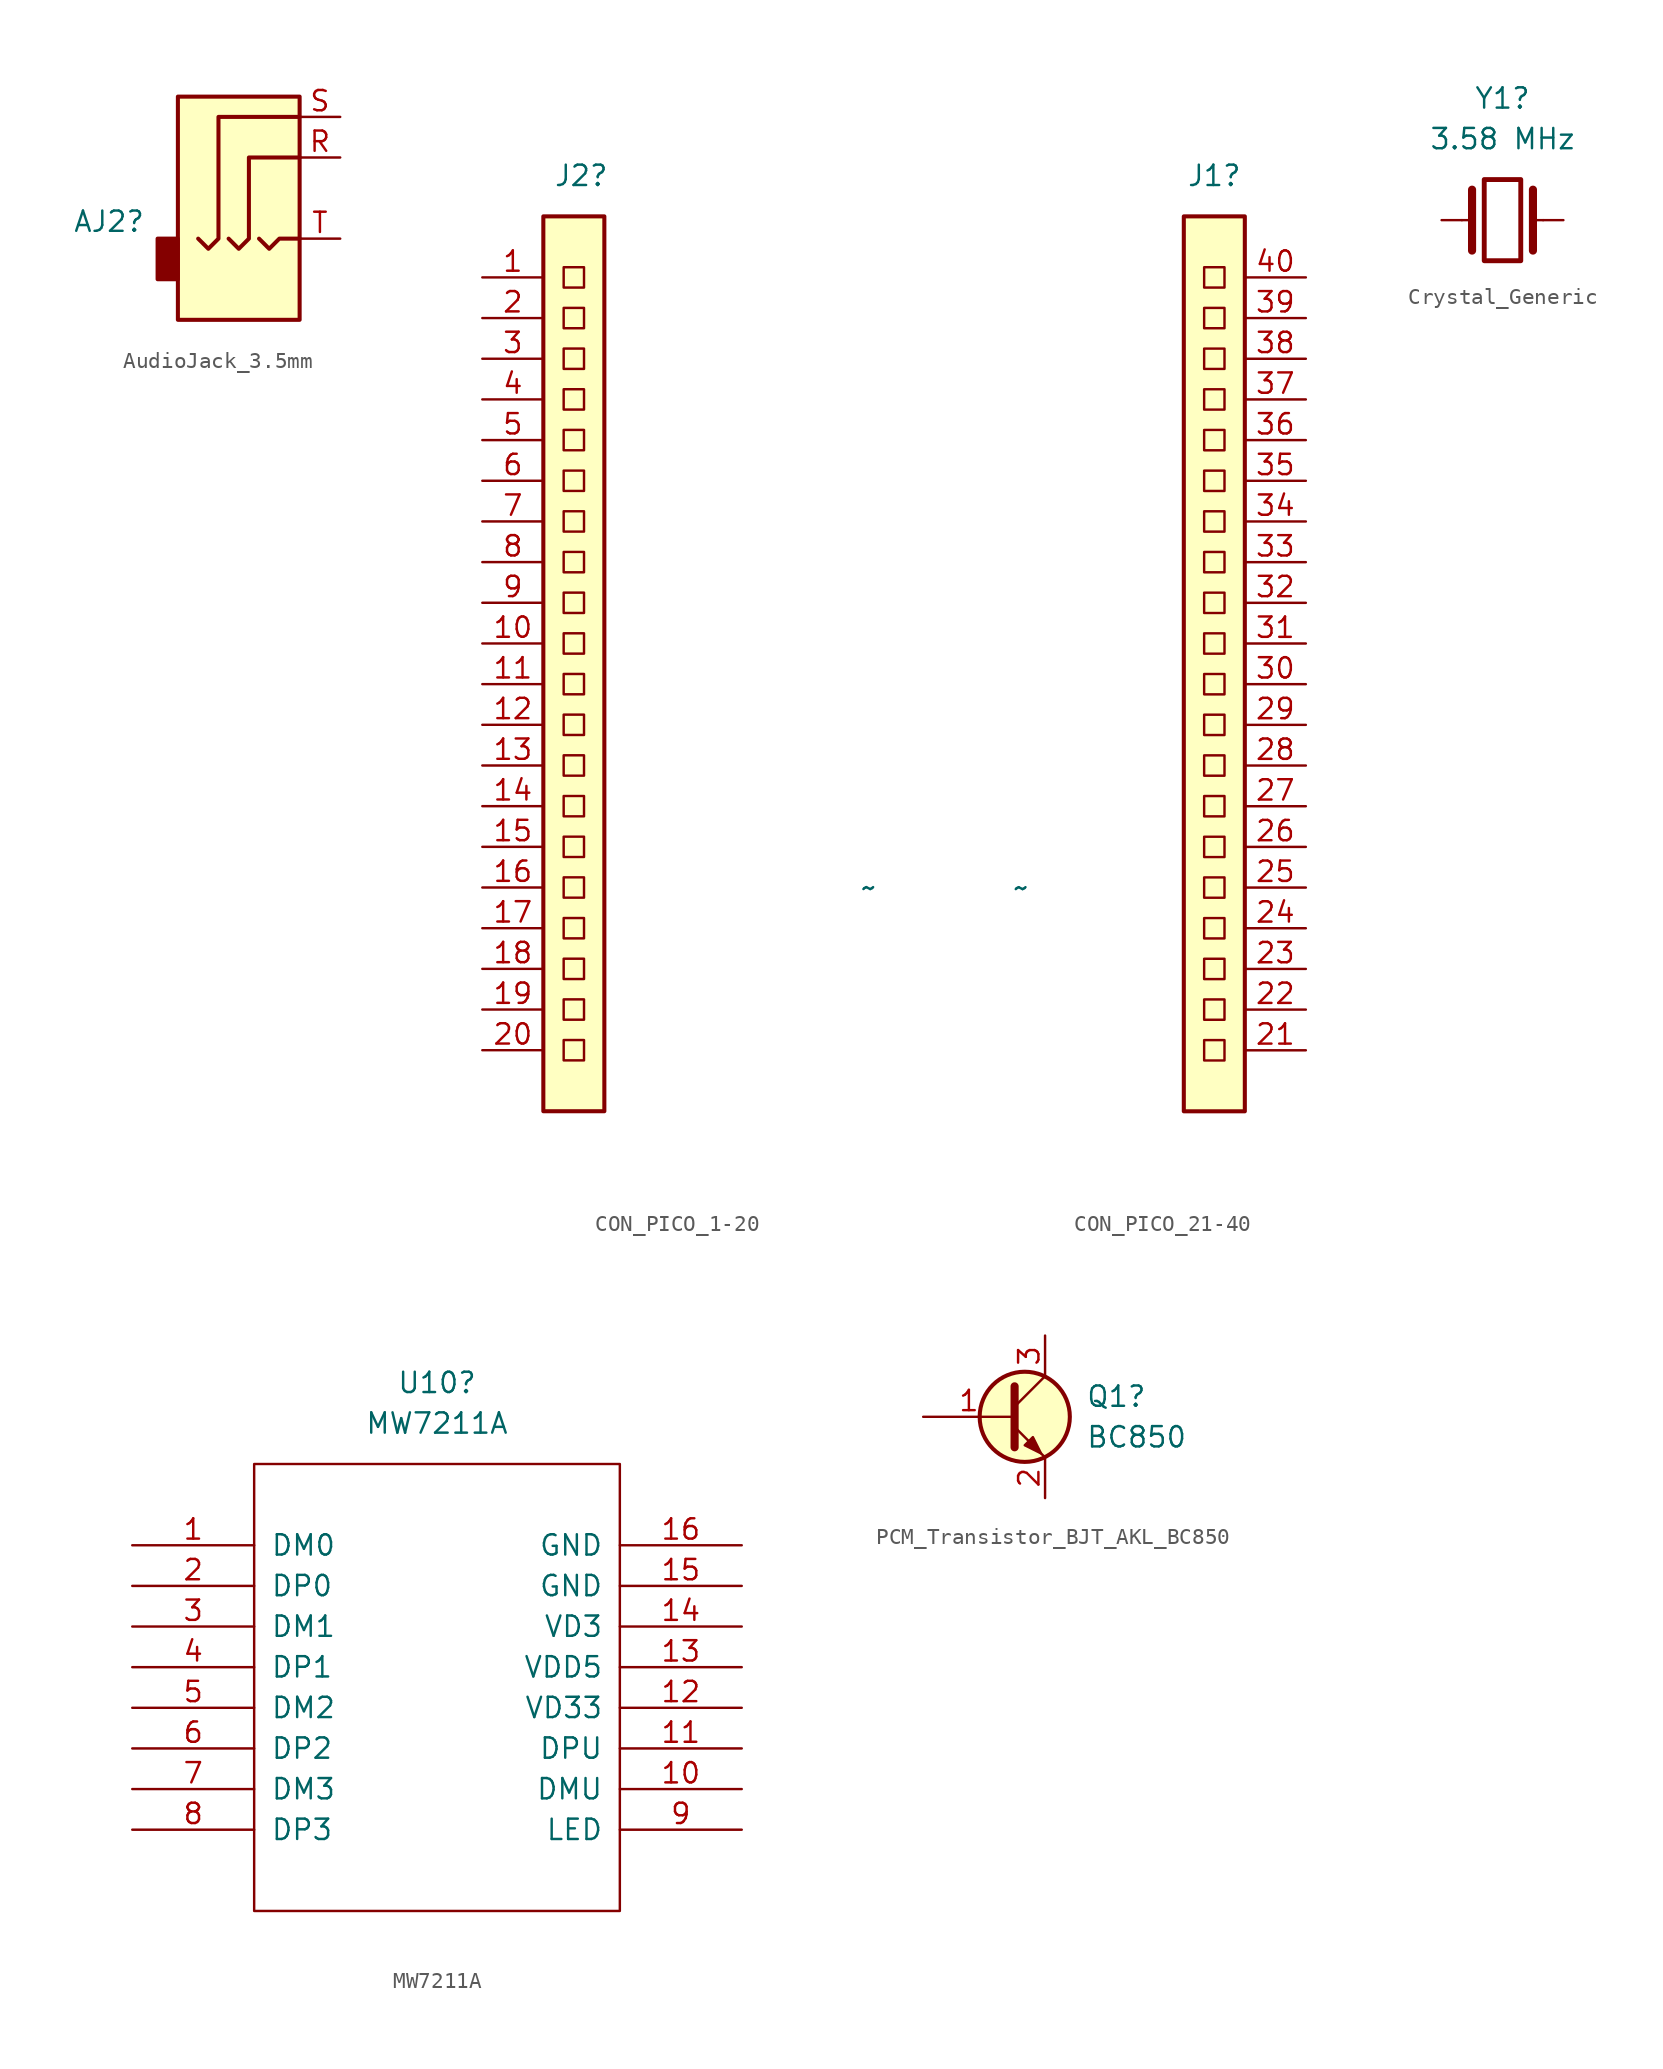
<source format=kicad_sym>
(kicad_symbol_lib
  (version 20241209)
  (generator "kicad_symbol_editor")
  (generator_version "9.0")
  (symbol "AudioJack_3.5mm"
    (property "Reference" "AJ2"
      (at -7.112 -4.01 0)
      (effects (font (size 1.27 1.27)) (justify right)))
    (symbol "AudioJack_3.5mm_0_1"
      (rectangle (start -5.08 -5.08) (end -6.35 -7.62) (stroke (width 0.254) (type default)) (fill (type outline)))
      (polyline (pts (xy -1.905 -5.08) (xy -1.27 -5.715) (xy -0.635 -5.08) (xy -0.635 0) (xy 2.54 0)) (stroke (width 0.254) (type default)) (fill (type none)))
      (polyline (pts (xy 0 -5.08) (xy 0.635 -5.715) (xy 1.27 -5.08) (xy 2.54 -5.08)) (stroke (width 0.254) (type default)) (fill (type none)))
      (rectangle (start 2.54 3.81) (end -5.08 -10.16) (stroke (width 0.254) (type default)) (fill (type background)))
      (polyline (pts (xy 2.54 2.54) (xy -2.54 2.54) (xy -2.54 -5.08) (xy -3.175 -5.715) (xy -3.81 -5.08)) (stroke (width 0.254) (type default)) (fill (type none))))
    (symbol "AudioJack_3.5mm_1_1"
      (pin passive line (at 5.08 2.54 180) (length 2.54) (name "~" (effects (font (size 1.27 1.27)))) (number "S" (effects (font (size 1.27 1.27)))))
      (pin passive line (at 5.08 0 180) (length 2.54) (name "~" (effects (font (size 1.27 1.27)))) (number "R" (effects (font (size 1.27 1.27)))))
      (pin passive line (at 5.08 -5.08 180) (length 2.54) (name "~" (effects (font (size 1.27 1.27)))) (number "T" (effects (font (size 1.27 1.27)))))))
  (symbol "CON_PICO_1-20"
    (property "Reference" "J2"
      (at -15.875 29.21 0)
      (effects (font (size 1.27 1.27)) (justify left)))
    (property "Value" "~"
      (at 3.81 -15.24 0)
      (effects (font (size 1.27 1.27))))
    (symbol "CON_PICO_1-20_0_1"
      (rectangle (start -16.51 26.67) (end -12.7 -29.21) (stroke (width 0.254) (type default)) (fill (type background)))
      (rectangle (start -15.24 23.495) (end -13.97 22.225) (stroke (width 0) (type default)) (fill (type none)))
      (rectangle (start -15.24 20.955) (end -13.97 19.685) (stroke (width 0) (type default)) (fill (type none)))
      (rectangle (start -15.24 18.415) (end -13.97 17.145) (stroke (width 0) (type default)) (fill (type none)))
      (rectangle (start -15.24 15.875) (end -13.97 14.605) (stroke (width 0) (type default)) (fill (type none)))
      (rectangle (start -15.24 13.335) (end -13.97 12.065) (stroke (width 0) (type default)) (fill (type none)))
      (rectangle (start -15.24 10.795) (end -13.97 9.525) (stroke (width 0) (type default)) (fill (type none)))
      (rectangle (start -15.24 8.255) (end -13.97 6.985) (stroke (width 0) (type default)) (fill (type none)))
      (rectangle (start -15.24 5.715) (end -13.97 4.445) (stroke (width 0) (type default)) (fill (type none)))
      (rectangle (start -15.24 3.175) (end -13.97 1.905) (stroke (width 0) (type default)) (fill (type none)))
      (rectangle (start -15.24 0.635) (end -13.97 -0.635) (stroke (width 0) (type default)) (fill (type none)))
      (rectangle (start -15.24 -1.905) (end -13.97 -3.175) (stroke (width 0) (type default)) (fill (type none)))
      (rectangle (start -15.24 -4.445) (end -13.97 -5.715) (stroke (width 0) (type default)) (fill (type none)))
      (rectangle (start -15.24 -6.985) (end -13.97 -8.255) (stroke (width 0) (type default)) (fill (type none)))
      (rectangle (start -15.24 -9.525) (end -13.97 -10.795) (stroke (width 0) (type default)) (fill (type none)))
      (rectangle (start -15.24 -12.065) (end -13.97 -13.335) (stroke (width 0) (type default)) (fill (type none)))
      (rectangle (start -15.24 -14.605) (end -13.97 -15.875) (stroke (width 0) (type default)) (fill (type none)))
      (rectangle (start -15.24 -17.145) (end -13.97 -18.415) (stroke (width 0) (type default)) (fill (type none)))
      (rectangle (start -15.24 -19.685) (end -13.97 -20.955) (stroke (width 0) (type default)) (fill (type none)))
      (rectangle (start -15.24 -22.225) (end -13.97 -23.495) (stroke (width 0) (type default)) (fill (type none)))
      (rectangle (start -15.24 -24.765) (end -13.97 -26.035) (stroke (width 0) (type default)) (fill (type none))))
    (symbol "CON_PICO_1-20_1_1"
      (pin input line (at -20.32 22.86 0) (length 3.81) (name "" (effects (font (size 1.27 1.27)))) (number "1" (effects (font (size 1.27 1.27)))))
      (pin input line (at -20.32 20.32 0) (length 3.81) (name "" (effects (font (size 1.27 1.27)))) (number "2" (effects (font (size 1.27 1.27)))))
      (pin input line (at -20.32 17.78 0) (length 3.81) (name "" (effects (font (size 1.27 1.27)))) (number "3" (effects (font (size 1.27 1.27)))))
      (pin input line (at -20.32 15.24 0) (length 3.81) (name "" (effects (font (size 1.27 1.27)))) (number "4" (effects (font (size 1.27 1.27)))))
      (pin input line (at -20.32 12.7 0) (length 3.81) (name "" (effects (font (size 1.27 1.27)))) (number "5" (effects (font (size 1.27 1.27)))))
      (pin input line (at -20.32 10.16 0) (length 3.81) (name "" (effects (font (size 1.27 1.27)))) (number "6" (effects (font (size 1.27 1.27)))))
      (pin input line (at -20.32 7.62 0) (length 3.81) (name "" (effects (font (size 1.27 1.27)))) (number "7" (effects (font (size 1.27 1.27)))))
      (pin input line (at -20.32 5.08 0) (length 3.81) (name "" (effects (font (size 1.27 1.27)))) (number "8" (effects (font (size 1.27 1.27)))))
      (pin input line (at -20.32 2.54 0) (length 3.81) (name "" (effects (font (size 1.27 1.27)))) (number "9" (effects (font (size 1.27 1.27)))))
      (pin input line (at -20.32 0 0) (length 3.81) (name "" (effects (font (size 1.27 1.27)))) (number "10" (effects (font (size 1.27 1.27)))))
      (pin input line (at -20.32 -2.54 0) (length 3.81) (name "" (effects (font (size 1.27 1.27)))) (number "11" (effects (font (size 1.27 1.27)))))
      (pin input line (at -20.32 -5.08 0) (length 3.81) (name "" (effects (font (size 1.27 1.27)))) (number "12" (effects (font (size 1.27 1.27)))))
      (pin input line (at -20.32 -7.62 0) (length 3.81) (name "" (effects (font (size 1.27 1.27)))) (number "13" (effects (font (size 1.27 1.27)))))
      (pin input line (at -20.32 -10.16 0) (length 3.81) (name "" (effects (font (size 1.27 1.27)))) (number "14" (effects (font (size 1.27 1.27)))))
      (pin input line (at -20.32 -12.7 0) (length 3.81) (name "" (effects (font (size 1.27 1.27)))) (number "15" (effects (font (size 1.27 1.27)))))
      (pin input line (at -20.32 -15.24 0) (length 3.81) (name "" (effects (font (size 1.27 1.27)))) (number "16" (effects (font (size 1.27 1.27)))))
      (pin input line (at -20.32 -17.78 0) (length 3.81) (name "" (effects (font (size 1.27 1.27)))) (number "17" (effects (font (size 1.27 1.27)))))
      (pin input line (at -20.32 -20.32 0) (length 3.81) (name "" (effects (font (size 1.27 1.27)))) (number "18" (effects (font (size 1.27 1.27)))))
      (pin input line (at -20.32 -22.86 0) (length 3.81) (name "" (effects (font (size 1.27 1.27)))) (number "19" (effects (font (size 1.27 1.27)))))
      (pin input line (at -20.32 -25.4 0) (length 3.81) (name "" (effects (font (size 1.27 1.27)))) (number "20" (effects (font (size 1.27 1.27)))))))
  (symbol "CON_PICO_21-40"
    (property "Reference" "J1"
      (at 15.875 29.21 0)
      (effects (font (size 1.27 1.27))))
    (property "Value" "~"
      (at 3.81 -15.24 0)
      (effects (font (size 1.27 1.27))))
    (symbol "CON_PICO_21-40_0_1"
      (rectangle (start 13.97 26.67) (end 17.78 -29.21) (stroke (width 0.254) (type default)) (fill (type background)))
      (rectangle (start 15.24 23.495) (end 16.51 22.225) (stroke (width 0) (type default)) (fill (type none)))
      (rectangle (start 15.24 20.955) (end 16.51 19.685) (stroke (width 0) (type default)) (fill (type none)))
      (rectangle (start 15.24 18.415) (end 16.51 17.145) (stroke (width 0) (type default)) (fill (type none)))
      (rectangle (start 15.24 15.875) (end 16.51 14.605) (stroke (width 0) (type default)) (fill (type none)))
      (rectangle (start 15.24 13.335) (end 16.51 12.065) (stroke (width 0) (type default)) (fill (type none)))
      (rectangle (start 15.24 10.795) (end 16.51 9.525) (stroke (width 0) (type default)) (fill (type none)))
      (rectangle (start 15.24 8.255) (end 16.51 6.985) (stroke (width 0) (type default)) (fill (type none)))
      (rectangle (start 15.24 5.715) (end 16.51 4.445) (stroke (width 0) (type default)) (fill (type none)))
      (rectangle (start 15.24 3.175) (end 16.51 1.905) (stroke (width 0) (type default)) (fill (type none)))
      (rectangle (start 15.24 0.635) (end 16.51 -0.635) (stroke (width 0) (type default)) (fill (type none)))
      (rectangle (start 15.24 -1.905) (end 16.51 -3.175) (stroke (width 0) (type default)) (fill (type none)))
      (rectangle (start 15.24 -4.445) (end 16.51 -5.715) (stroke (width 0) (type default)) (fill (type none)))
      (rectangle (start 15.24 -6.985) (end 16.51 -8.255) (stroke (width 0) (type default)) (fill (type none)))
      (rectangle (start 15.24 -9.525) (end 16.51 -10.795) (stroke (width 0) (type default)) (fill (type none)))
      (rectangle (start 15.24 -12.065) (end 16.51 -13.335) (stroke (width 0) (type default)) (fill (type none)))
      (rectangle (start 15.24 -14.605) (end 16.51 -15.875) (stroke (width 0) (type default)) (fill (type none)))
      (rectangle (start 15.24 -17.145) (end 16.51 -18.415) (stroke (width 0) (type default)) (fill (type none)))
      (rectangle (start 15.24 -19.685) (end 16.51 -20.955) (stroke (width 0) (type default)) (fill (type none)))
      (rectangle (start 15.24 -22.225) (end 16.51 -23.495) (stroke (width 0) (type default)) (fill (type none)))
      (rectangle (start 15.24 -24.765) (end 16.51 -26.035) (stroke (width 0) (type default)) (fill (type none))))
    (symbol "CON_PICO_21-40_1_1"
      (pin input line (at 21.59 22.86 180) (length 3.81) (name "" (effects (font (size 1.27 1.27)))) (number "40" (effects (font (size 1.27 1.27)))))
      (pin input line (at 21.59 20.32 180) (length 3.81) (name "" (effects (font (size 1.27 1.27)))) (number "39" (effects (font (size 1.27 1.27)))))
      (pin input line (at 21.59 17.78 180) (length 3.81) (name "" (effects (font (size 1.27 1.27)))) (number "38" (effects (font (size 1.27 1.27)))))
      (pin input line (at 21.59 15.24 180) (length 3.81) (name "" (effects (font (size 1.27 1.27)))) (number "37" (effects (font (size 1.27 1.27)))))
      (pin input line (at 21.59 12.7 180) (length 3.81) (name "" (effects (font (size 1.27 1.27)))) (number "36" (effects (font (size 1.27 1.27)))))
      (pin input line (at 21.59 10.16 180) (length 3.81) (name "" (effects (font (size 1.27 1.27)))) (number "35" (effects (font (size 1.27 1.27)))))
      (pin input line (at 21.59 7.62 180) (length 3.81) (name "" (effects (font (size 1.27 1.27)))) (number "34" (effects (font (size 1.27 1.27)))))
      (pin input line (at 21.59 5.08 180) (length 3.81) (name "" (effects (font (size 1.27 1.27)))) (number "33" (effects (font (size 1.27 1.27)))))
      (pin input line (at 21.59 2.54 180) (length 3.81) (name "" (effects (font (size 1.27 1.27)))) (number "32" (effects (font (size 1.27 1.27)))))
      (pin input line (at 21.59 0 180) (length 3.81) (name "" (effects (font (size 1.27 1.27)))) (number "31" (effects (font (size 1.27 1.27)))))
      (pin input line (at 21.59 -2.54 180) (length 3.81) (name "" (effects (font (size 1.27 1.27)))) (number "30" (effects (font (size 1.27 1.27)))))
      (pin input line (at 21.59 -5.08 180) (length 3.81) (name "" (effects (font (size 1.27 1.27)))) (number "29" (effects (font (size 1.27 1.27)))))
      (pin input line (at 21.59 -7.62 180) (length 3.81) (name "" (effects (font (size 1.27 1.27)))) (number "28" (effects (font (size 1.27 1.27)))))
      (pin input line (at 21.59 -10.16 180) (length 3.81) (name "" (effects (font (size 1.27 1.27)))) (number "27" (effects (font (size 1.27 1.27)))))
      (pin input line (at 21.59 -12.7 180) (length 3.81) (name "" (effects (font (size 1.27 1.27)))) (number "26" (effects (font (size 1.27 1.27)))))
      (pin input line (at 21.59 -15.24 180) (length 3.81) (name "" (effects (font (size 1.27 1.27)))) (number "25" (effects (font (size 1.27 1.27)))))
      (pin input line (at 21.59 -17.78 180) (length 3.81) (name "" (effects (font (size 1.27 1.27)))) (number "24" (effects (font (size 1.27 1.27)))))
      (pin input line (at 21.59 -20.32 180) (length 3.81) (name "" (effects (font (size 1.27 1.27)))) (number "23" (effects (font (size 1.27 1.27)))))
      (pin input line (at 21.59 -22.86 180) (length 3.81) (name "" (effects (font (size 1.27 1.27)))) (number "22" (effects (font (size 1.27 1.27)))))
      (pin input line (at 21.59 -25.4 180) (length 3.81) (name "" (effects (font (size 1.27 1.27)))) (number "21" (effects (font (size 1.27 1.27)))))))
  (symbol "Crystal_Generic"
    (pin_numbers
      (hide yes))
    (pin_names
      (offset 1.016)
      (hide yes))
    (property "Reference" "Y1"
      (at 0 7.62 0)
      (effects (font (size 1.27 1.27))))
    (property "Value" "3.58 MHz"
      (at 0 5.08 0)
      (effects (font (size 1.27 1.27))))
    (symbol "Crystal_Generic_0_1"
      (polyline (pts (xy -2.54 0) (xy -1.905 0)) (stroke (width 0) (type default)) (fill (type none)))
      (polyline (pts (xy -1.905 -1.905) (xy -1.905 1.905)) (stroke (width 0.508) (type default)) (fill (type none)))
      (rectangle (start -1.143 2.54) (end 1.143 -2.54) (stroke (width 0.305) (type default)) (fill (type none)))
      (polyline (pts (xy 1.905 -1.905) (xy 1.905 1.905)) (stroke (width 0.508) (type default)) (fill (type none)))
      (polyline (pts (xy 2.54 0) (xy 1.905 0)) (stroke (width 0) (type default)) (fill (type none))))
    (symbol "Crystal_Generic_1_1"
      (pin passive line (at -3.81 0 0) (length 1.27) (name "1" (effects (font (size 1.27 1.27)))) (number "1" (effects (font (size 1.27 1.27)))))
      (pin passive line (at 3.81 0 180) (length 1.27) (name "2" (effects (font (size 1.27 1.27)))) (number "2" (effects (font (size 1.27 1.27)))))))
  (symbol "MW7211A"
    (pin_names
      (offset 1.016))
    (property "Reference" "U10"
      (at 0 19.05 0)
      (effects (font (size 1.27 1.27))))
    (property "Value" "MW7211A"
      (at 0 16.51 0)
      (effects (font (size 1.27 1.27))))
    (property "Description" ""
      (at 0 0 0)
      (effects (font (size 1.27 1.27))))
    (symbol "MW7211A_1_0"
      (rectangle (start -11.43 -13.97) (end 11.43 13.97) (stroke (width 0) (type default)) (fill (type none))))
    (symbol "MW7211A_1_1"
      (pin input line (at -19.05 8.89 0) (length 7.62) (name "DM0" (effects (font (size 1.27 1.27)))) (number "1" (effects (font (size 1.27 1.27)))))
      (pin input line (at -19.05 6.35 0) (length 7.62) (name "DP0" (effects (font (size 1.27 1.27)))) (number "2" (effects (font (size 1.27 1.27)))))
      (pin input line (at -19.05 3.81 0) (length 7.62) (name "DM1" (effects (font (size 1.27 1.27)))) (number "3" (effects (font (size 1.27 1.27)))))
      (pin input line (at -19.05 1.27 0) (length 7.62) (name "DP1" (effects (font (size 1.27 1.27)))) (number "4" (effects (font (size 1.27 1.27)))))
      (pin input line (at -19.05 -1.27 0) (length 7.62) (name "DM2" (effects (font (size 1.27 1.27)))) (number "5" (effects (font (size 1.27 1.27)))))
      (pin input line (at -19.05 -3.81 0) (length 7.62) (name "DP2" (effects (font (size 1.27 1.27)))) (number "6" (effects (font (size 1.27 1.27)))))
      (pin input line (at -19.05 -6.35 0) (length 7.62) (name "DM3" (effects (font (size 1.27 1.27)))) (number "7" (effects (font (size 1.27 1.27)))))
      (pin input line (at -19.05 -8.89 0) (length 7.62) (name "DP3" (effects (font (size 1.27 1.27)))) (number "8" (effects (font (size 1.27 1.27)))))
      (pin input line (at 19.05 8.89 180) (length 7.62) (name "GND" (effects (font (size 1.27 1.27)))) (number "16" (effects (font (size 1.27 1.27)))))
      (pin input line (at 19.05 6.35 180) (length 7.62) (name "GND" (effects (font (size 1.27 1.27)))) (number "15" (effects (font (size 1.27 1.27)))))
      (pin input line (at 19.05 3.81 180) (length 7.62) (name "VD3" (effects (font (size 1.27 1.27)))) (number "14" (effects (font (size 1.27 1.27)))))
      (pin input line (at 19.05 1.27 180) (length 7.62) (name "VDD5" (effects (font (size 1.27 1.27)))) (number "13" (effects (font (size 1.27 1.27)))))
      (pin input line (at 19.05 -1.27 180) (length 7.62) (name "VD33" (effects (font (size 1.27 1.27)))) (number "12" (effects (font (size 1.27 1.27)))))
      (pin input line (at 19.05 -3.81 180) (length 7.62) (name "DPU" (effects (font (size 1.27 1.27)))) (number "11" (effects (font (size 1.27 1.27)))))
      (pin input line (at 19.05 -6.35 180) (length 7.62) (name "DMU" (effects (font (size 1.27 1.27)))) (number "10" (effects (font (size 1.27 1.27)))))
      (pin input line (at 19.05 -8.89 180) (length 7.62) (name "LED" (effects (font (size 1.27 1.27)))) (number "9" (effects (font (size 1.27 1.27)))))))
  (symbol "PCM_Transistor_BJT_AKL_BC850"
    (pin_names
      (hide yes))
    (property "Reference" "Q1"
      (at 5.08 1.27 0)
      (effects (font (size 1.27 1.27)) (justify left)))
    (property "Value" "BC850"
      (at 5.08 -1.27 0)
      (effects (font (size 1.27 1.27)) (justify left)))
    (symbol "PCM_Transistor_BJT_AKL_BC850_0_1"
      (polyline (pts (xy 0.635 1.905) (xy 0.635 -1.905) (xy 0.635 -1.905)) (stroke (width 0.508) (type default)) (fill (type none)))
      (polyline (pts (xy 0.635 0.635) (xy 2.54 2.54)) (stroke (width 0) (type default)) (fill (type none)))
      (polyline (pts (xy 0.635 -0.635) (xy 2.54 -2.54) (xy 2.54 -2.54)) (stroke (width 0) (type default)) (fill (type none)))
      (circle (center 1.27 0) (radius 2.819) (stroke (width 0.254) (type default)) (fill (type background)))
      (polyline (pts (xy 1.27 -1.778) (xy 1.778 -1.27) (xy 2.286 -2.286) (xy 1.27 -1.778) (xy 1.27 -1.778)) (stroke (width 0) (type default)) (fill (type outline))))
    (symbol "PCM_Transistor_BJT_AKL_BC850_1_1"
      (pin input line (at -5.08 0 0) (length 5.715) (name "B" (effects (font (size 1.27 1.27)))) (number "1" (effects (font (size 1.27 1.27)))))
      (pin passive line (at 2.54 5.08 270) (length 2.54) (name "C" (effects (font (size 1.27 1.27)))) (number "3" (effects (font (size 1.27 1.27)))))
      (pin passive line (at 2.54 -5.08 90) (length 2.54) (name "E" (effects (font (size 1.27 1.27)))) (number "2" (effects (font (size 1.27 1.27))))))))
</source>
